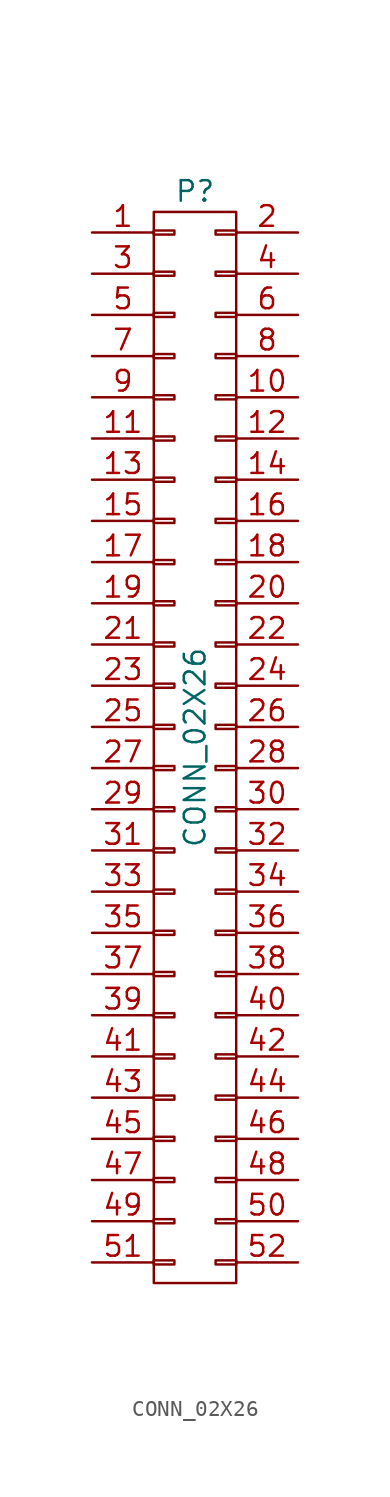
<source format=kicad_sym>
(kicad_symbol_lib
  (version 20211014)
  (generator kicad_symbol_editor)
  (symbol "CONN_02X26"
    (pin_names
      (offset 0.025) hide)
    (property "Reference" "P"
      (at 0 34.29 0)
      (effects (font (size 1.27 1.27))))
    (property "Value" "CONN_02X26"
      (at 0 0 90)
      (effects (font (size 1.27 1.27))))
    (property "Footprint" ""
      (at 0 -17.78 0)
      (effects (font (size 1.27 1.27))))
    (property "Datasheet" ""
      (at 0 -17.78 0)
      (effects (font (size 1.27 1.27))))
    (symbol "CONN_02X26_0_1"
      (rectangle (start -2.54 -31.623) (end -1.27 -31.877) (stroke (width 0) (type default) (color 0 0 0 0)) (fill (type none)))
      (rectangle (start -2.54 -29.083) (end -1.27 -29.337) (stroke (width 0) (type default) (color 0 0 0 0)) (fill (type none)))
      (rectangle (start -2.54 -26.543) (end -1.27 -26.797) (stroke (width 0) (type default) (color 0 0 0 0)) (fill (type none)))
      (rectangle (start -2.54 -24.003) (end -1.27 -24.257) (stroke (width 0) (type default) (color 0 0 0 0)) (fill (type none)))
      (rectangle (start -2.54 -21.463) (end -1.27 -21.717) (stroke (width 0) (type default) (color 0 0 0 0)) (fill (type none)))
      (rectangle (start -2.54 -18.923) (end -1.27 -19.177) (stroke (width 0) (type default) (color 0 0 0 0)) (fill (type none)))
      (rectangle (start -2.54 -16.383) (end -1.27 -16.637) (stroke (width 0) (type default) (color 0 0 0 0)) (fill (type none)))
      (rectangle (start -2.54 -13.843) (end -1.27 -14.097) (stroke (width 0) (type default) (color 0 0 0 0)) (fill (type none)))
      (rectangle (start -2.54 -11.303) (end -1.27 -11.557) (stroke (width 0) (type default) (color 0 0 0 0)) (fill (type none)))
      (rectangle (start -2.54 -8.763) (end -1.27 -9.017) (stroke (width 0) (type default) (color 0 0 0 0)) (fill (type none)))
      (rectangle (start -2.54 -6.223) (end -1.27 -6.477) (stroke (width 0) (type default) (color 0 0 0 0)) (fill (type none)))
      (rectangle (start -2.54 -3.683) (end -1.27 -3.937) (stroke (width 0) (type default) (color 0 0 0 0)) (fill (type none)))
      (rectangle (start -2.54 -1.143) (end -1.27 -1.397) (stroke (width 0) (type default) (color 0 0 0 0)) (fill (type none)))
      (rectangle (start -2.54 1.397) (end -1.27 1.143) (stroke (width 0) (type default) (color 0 0 0 0)) (fill (type none)))
      (rectangle (start -2.54 3.937) (end -1.27 3.683) (stroke (width 0) (type default) (color 0 0 0 0)) (fill (type none)))
      (rectangle (start -2.54 6.477) (end -1.27 6.223) (stroke (width 0) (type default) (color 0 0 0 0)) (fill (type none)))
      (rectangle (start -2.54 9.017) (end -1.27 8.763) (stroke (width 0) (type default) (color 0 0 0 0)) (fill (type none)))
      (rectangle (start -2.54 11.557) (end -1.27 11.303) (stroke (width 0) (type default) (color 0 0 0 0)) (fill (type none)))
      (rectangle (start -2.54 14.097) (end -1.27 13.843) (stroke (width 0) (type default) (color 0 0 0 0)) (fill (type none)))
      (rectangle (start -2.54 16.637) (end -1.27 16.383) (stroke (width 0) (type default) (color 0 0 0 0)) (fill (type none)))
      (rectangle (start -2.54 19.177) (end -1.27 18.923) (stroke (width 0) (type default) (color 0 0 0 0)) (fill (type none)))
      (rectangle (start -2.54 21.717) (end -1.27 21.463) (stroke (width 0) (type default) (color 0 0 0 0)) (fill (type none)))
      (rectangle (start -2.54 24.257) (end -1.27 24.003) (stroke (width 0) (type default) (color 0 0 0 0)) (fill (type none)))
      (rectangle (start -2.54 26.797) (end -1.27 26.543) (stroke (width 0) (type default) (color 0 0 0 0)) (fill (type none)))
      (rectangle (start -2.54 29.337) (end -1.27 29.083) (stroke (width 0) (type default) (color 0 0 0 0)) (fill (type none)))
      (rectangle (start -2.54 31.877) (end -1.27 31.623) (stroke (width 0) (type default) (color 0 0 0 0)) (fill (type none)))
      (rectangle (start -2.54 33.02) (end 2.54 -33.02) (stroke (width 0) (type default) (color 0 0 0 0)) (fill (type none)))
      (rectangle (start 1.27 -31.623) (end 2.54 -31.877) (stroke (width 0) (type default) (color 0 0 0 0)) (fill (type none)))
      (rectangle (start 1.27 -29.083) (end 2.54 -29.337) (stroke (width 0) (type default) (color 0 0 0 0)) (fill (type none)))
      (rectangle (start 1.27 -26.543) (end 2.54 -26.797) (stroke (width 0) (type default) (color 0 0 0 0)) (fill (type none)))
      (rectangle (start 1.27 -24.003) (end 2.54 -24.257) (stroke (width 0) (type default) (color 0 0 0 0)) (fill (type none)))
      (rectangle (start 1.27 -21.463) (end 2.54 -21.717) (stroke (width 0) (type default) (color 0 0 0 0)) (fill (type none)))
      (rectangle (start 1.27 -18.923) (end 2.54 -19.177) (stroke (width 0) (type default) (color 0 0 0 0)) (fill (type none)))
      (rectangle (start 1.27 -16.383) (end 2.54 -16.637) (stroke (width 0) (type default) (color 0 0 0 0)) (fill (type none)))
      (rectangle (start 1.27 -13.843) (end 2.54 -14.097) (stroke (width 0) (type default) (color 0 0 0 0)) (fill (type none)))
      (rectangle (start 1.27 -11.303) (end 2.54 -11.557) (stroke (width 0) (type default) (color 0 0 0 0)) (fill (type none)))
      (rectangle (start 1.27 -8.763) (end 2.54 -9.017) (stroke (width 0) (type default) (color 0 0 0 0)) (fill (type none)))
      (rectangle (start 1.27 -6.223) (end 2.54 -6.477) (stroke (width 0) (type default) (color 0 0 0 0)) (fill (type none)))
      (rectangle (start 1.27 -3.683) (end 2.54 -3.937) (stroke (width 0) (type default) (color 0 0 0 0)) (fill (type none)))
      (rectangle (start 1.27 -1.143) (end 2.54 -1.397) (stroke (width 0) (type default) (color 0 0 0 0)) (fill (type none)))
      (rectangle (start 1.27 1.397) (end 2.54 1.143) (stroke (width 0) (type default) (color 0 0 0 0)) (fill (type none)))
      (rectangle (start 1.27 3.937) (end 2.54 3.683) (stroke (width 0) (type default) (color 0 0 0 0)) (fill (type none)))
      (rectangle (start 1.27 6.477) (end 2.54 6.223) (stroke (width 0) (type default) (color 0 0 0 0)) (fill (type none)))
      (rectangle (start 1.27 9.017) (end 2.54 8.763) (stroke (width 0) (type default) (color 0 0 0 0)) (fill (type none)))
      (rectangle (start 1.27 11.557) (end 2.54 11.303) (stroke (width 0) (type default) (color 0 0 0 0)) (fill (type none)))
      (rectangle (start 1.27 14.097) (end 2.54 13.843) (stroke (width 0) (type default) (color 0 0 0 0)) (fill (type none)))
      (rectangle (start 1.27 16.637) (end 2.54 16.383) (stroke (width 0) (type default) (color 0 0 0 0)) (fill (type none)))
      (rectangle (start 1.27 19.177) (end 2.54 18.923) (stroke (width 0) (type default) (color 0 0 0 0)) (fill (type none)))
      (rectangle (start 1.27 21.717) (end 2.54 21.463) (stroke (width 0) (type default) (color 0 0 0 0)) (fill (type none)))
      (rectangle (start 1.27 24.257) (end 2.54 24.003) (stroke (width 0) (type default) (color 0 0 0 0)) (fill (type none)))
      (rectangle (start 1.27 26.797) (end 2.54 26.543) (stroke (width 0) (type default) (color 0 0 0 0)) (fill (type none)))
      (rectangle (start 1.27 29.337) (end 2.54 29.083) (stroke (width 0) (type default) (color 0 0 0 0)) (fill (type none)))
      (rectangle (start 1.27 31.877) (end 2.54 31.623) (stroke (width 0) (type default) (color 0 0 0 0)) (fill (type none))))
    (symbol "CONN_02X26_1_1"
      (pin passive line (at -6.35 31.75 0) (length 3.81) (name "P1" (effects (font (size 1.27 1.27)))) (number "1" (effects (font (size 1.27 1.27)))))
      (pin passive line (at 6.35 21.59 180) (length 3.81) (name "P10" (effects (font (size 1.27 1.27)))) (number "10" (effects (font (size 1.27 1.27)))))
      (pin passive line (at -6.35 19.05 0) (length 3.81) (name "P11" (effects (font (size 1.27 1.27)))) (number "11" (effects (font (size 1.27 1.27)))))
      (pin passive line (at 6.35 19.05 180) (length 3.81) (name "P12" (effects (font (size 1.27 1.27)))) (number "12" (effects (font (size 1.27 1.27)))))
      (pin passive line (at -6.35 16.51 0) (length 3.81) (name "P13" (effects (font (size 1.27 1.27)))) (number "13" (effects (font (size 1.27 1.27)))))
      (pin passive line (at 6.35 16.51 180) (length 3.81) (name "P14" (effects (font (size 1.27 1.27)))) (number "14" (effects (font (size 1.27 1.27)))))
      (pin passive line (at -6.35 13.97 0) (length 3.81) (name "P15" (effects (font (size 1.27 1.27)))) (number "15" (effects (font (size 1.27 1.27)))))
      (pin passive line (at 6.35 13.97 180) (length 3.81) (name "P16" (effects (font (size 1.27 1.27)))) (number "16" (effects (font (size 1.27 1.27)))))
      (pin passive line (at -6.35 11.43 0) (length 3.81) (name "P17" (effects (font (size 1.27 1.27)))) (number "17" (effects (font (size 1.27 1.27)))))
      (pin passive line (at 6.35 11.43 180) (length 3.81) (name "P18" (effects (font (size 1.27 1.27)))) (number "18" (effects (font (size 1.27 1.27)))))
      (pin passive line (at -6.35 8.89 0) (length 3.81) (name "P19" (effects (font (size 1.27 1.27)))) (number "19" (effects (font (size 1.27 1.27)))))
      (pin passive line (at 6.35 31.75 180) (length 3.81) (name "P2" (effects (font (size 1.27 1.27)))) (number "2" (effects (font (size 1.27 1.27)))))
      (pin passive line (at 6.35 8.89 180) (length 3.81) (name "P20" (effects (font (size 1.27 1.27)))) (number "20" (effects (font (size 1.27 1.27)))))
      (pin passive line (at -6.35 6.35 0) (length 3.81) (name "P21" (effects (font (size 1.27 1.27)))) (number "21" (effects (font (size 1.27 1.27)))))
      (pin passive line (at 6.35 6.35 180) (length 3.81) (name "P22" (effects (font (size 1.27 1.27)))) (number "22" (effects (font (size 1.27 1.27)))))
      (pin passive line (at -6.35 3.81 0) (length 3.81) (name "P23" (effects (font (size 1.27 1.27)))) (number "23" (effects (font (size 1.27 1.27)))))
      (pin passive line (at 6.35 3.81 180) (length 3.81) (name "P24" (effects (font (size 1.27 1.27)))) (number "24" (effects (font (size 1.27 1.27)))))
      (pin passive line (at -6.35 1.27 0) (length 3.81) (name "P25" (effects (font (size 1.27 1.27)))) (number "25" (effects (font (size 1.27 1.27)))))
      (pin passive line (at 6.35 1.27 180) (length 3.81) (name "P26" (effects (font (size 1.27 1.27)))) (number "26" (effects (font (size 1.27 1.27)))))
      (pin passive line (at -6.35 -1.27 0) (length 3.81) (name "P27" (effects (font (size 1.27 1.27)))) (number "27" (effects (font (size 1.27 1.27)))))
      (pin passive line (at 6.35 -1.27 180) (length 3.81) (name "P28" (effects (font (size 1.27 1.27)))) (number "28" (effects (font (size 1.27 1.27)))))
      (pin passive line (at -6.35 -3.81 0) (length 3.81) (name "P29" (effects (font (size 1.27 1.27)))) (number "29" (effects (font (size 1.27 1.27)))))
      (pin passive line (at -6.35 29.21 0) (length 3.81) (name "P3" (effects (font (size 1.27 1.27)))) (number "3" (effects (font (size 1.27 1.27)))))
      (pin passive line (at 6.35 -3.81 180) (length 3.81) (name "P30" (effects (font (size 1.27 1.27)))) (number "30" (effects (font (size 1.27 1.27)))))
      (pin passive line (at -6.35 -6.35 0) (length 3.81) (name "P31" (effects (font (size 1.27 1.27)))) (number "31" (effects (font (size 1.27 1.27)))))
      (pin passive line (at 6.35 -6.35 180) (length 3.81) (name "P32" (effects (font (size 1.27 1.27)))) (number "32" (effects (font (size 1.27 1.27)))))
      (pin passive line (at -6.35 -8.89 0) (length 3.81) (name "P33" (effects (font (size 1.27 1.27)))) (number "33" (effects (font (size 1.27 1.27)))))
      (pin passive line (at 6.35 -8.89 180) (length 3.81) (name "P34" (effects (font (size 1.27 1.27)))) (number "34" (effects (font (size 1.27 1.27)))))
      (pin passive line (at -6.35 -11.43 0) (length 3.81) (name "P35" (effects (font (size 1.27 1.27)))) (number "35" (effects (font (size 1.27 1.27)))))
      (pin passive line (at 6.35 -11.43 180) (length 3.81) (name "P36" (effects (font (size 1.27 1.27)))) (number "36" (effects (font (size 1.27 1.27)))))
      (pin passive line (at -6.35 -13.97 0) (length 3.81) (name "P37" (effects (font (size 1.27 1.27)))) (number "37" (effects (font (size 1.27 1.27)))))
      (pin passive line (at 6.35 -13.97 180) (length 3.81) (name "P38" (effects (font (size 1.27 1.27)))) (number "38" (effects (font (size 1.27 1.27)))))
      (pin passive line (at -6.35 -16.51 0) (length 3.81) (name "P39" (effects (font (size 1.27 1.27)))) (number "39" (effects (font (size 1.27 1.27)))))
      (pin passive line (at 6.35 29.21 180) (length 3.81) (name "P4" (effects (font (size 1.27 1.27)))) (number "4" (effects (font (size 1.27 1.27)))))
      (pin passive line (at 6.35 -16.51 180) (length 3.81) (name "P40" (effects (font (size 1.27 1.27)))) (number "40" (effects (font (size 1.27 1.27)))))
      (pin passive line (at -6.35 -19.05 0) (length 3.81) (name "P41" (effects (font (size 1.27 1.27)))) (number "41" (effects (font (size 1.27 1.27)))))
      (pin passive line (at 6.35 -19.05 180) (length 3.81) (name "P42" (effects (font (size 1.27 1.27)))) (number "42" (effects (font (size 1.27 1.27)))))
      (pin passive line (at -6.35 -21.59 0) (length 3.81) (name "P43" (effects (font (size 1.27 1.27)))) (number "43" (effects (font (size 1.27 1.27)))))
      (pin passive line (at 6.35 -21.59 180) (length 3.81) (name "P44" (effects (font (size 1.27 1.27)))) (number "44" (effects (font (size 1.27 1.27)))))
      (pin passive line (at -6.35 -24.13 0) (length 3.81) (name "P45" (effects (font (size 1.27 1.27)))) (number "45" (effects (font (size 1.27 1.27)))))
      (pin passive line (at 6.35 -24.13 180) (length 3.81) (name "P46" (effects (font (size 1.27 1.27)))) (number "46" (effects (font (size 1.27 1.27)))))
      (pin passive line (at -6.35 -26.67 0) (length 3.81) (name "P47" (effects (font (size 1.27 1.27)))) (number "47" (effects (font (size 1.27 1.27)))))
      (pin passive line (at 6.35 -26.67 180) (length 3.81) (name "P48" (effects (font (size 1.27 1.27)))) (number "48" (effects (font (size 1.27 1.27)))))
      (pin passive line (at -6.35 -29.21 0) (length 3.81) (name "P49" (effects (font (size 1.27 1.27)))) (number "49" (effects (font (size 1.27 1.27)))))
      (pin passive line (at -6.35 26.67 0) (length 3.81) (name "P5" (effects (font (size 1.27 1.27)))) (number "5" (effects (font (size 1.27 1.27)))))
      (pin passive line (at 6.35 -29.21 180) (length 3.81) (name "P50" (effects (font (size 1.27 1.27)))) (number "50" (effects (font (size 1.27 1.27)))))
      (pin passive line (at -6.35 -31.75 0) (length 3.81) (name "P51" (effects (font (size 1.27 1.27)))) (number "51" (effects (font (size 1.27 1.27)))))
      (pin passive line (at 6.35 -31.75 180) (length 3.81) (name "P52" (effects (font (size 1.27 1.27)))) (number "52" (effects (font (size 1.27 1.27)))))
      (pin passive line (at 6.35 26.67 180) (length 3.81) (name "P6" (effects (font (size 1.27 1.27)))) (number "6" (effects (font (size 1.27 1.27)))))
      (pin passive line (at -6.35 24.13 0) (length 3.81) (name "P7" (effects (font (size 1.27 1.27)))) (number "7" (effects (font (size 1.27 1.27)))))
      (pin passive line (at 6.35 24.13 180) (length 3.81) (name "P8" (effects (font (size 1.27 1.27)))) (number "8" (effects (font (size 1.27 1.27)))))
      (pin passive line (at -6.35 21.59 0) (length 3.81) (name "P9" (effects (font (size 1.27 1.27)))) (number "9" (effects (font (size 1.27 1.27))))))))
</source>
